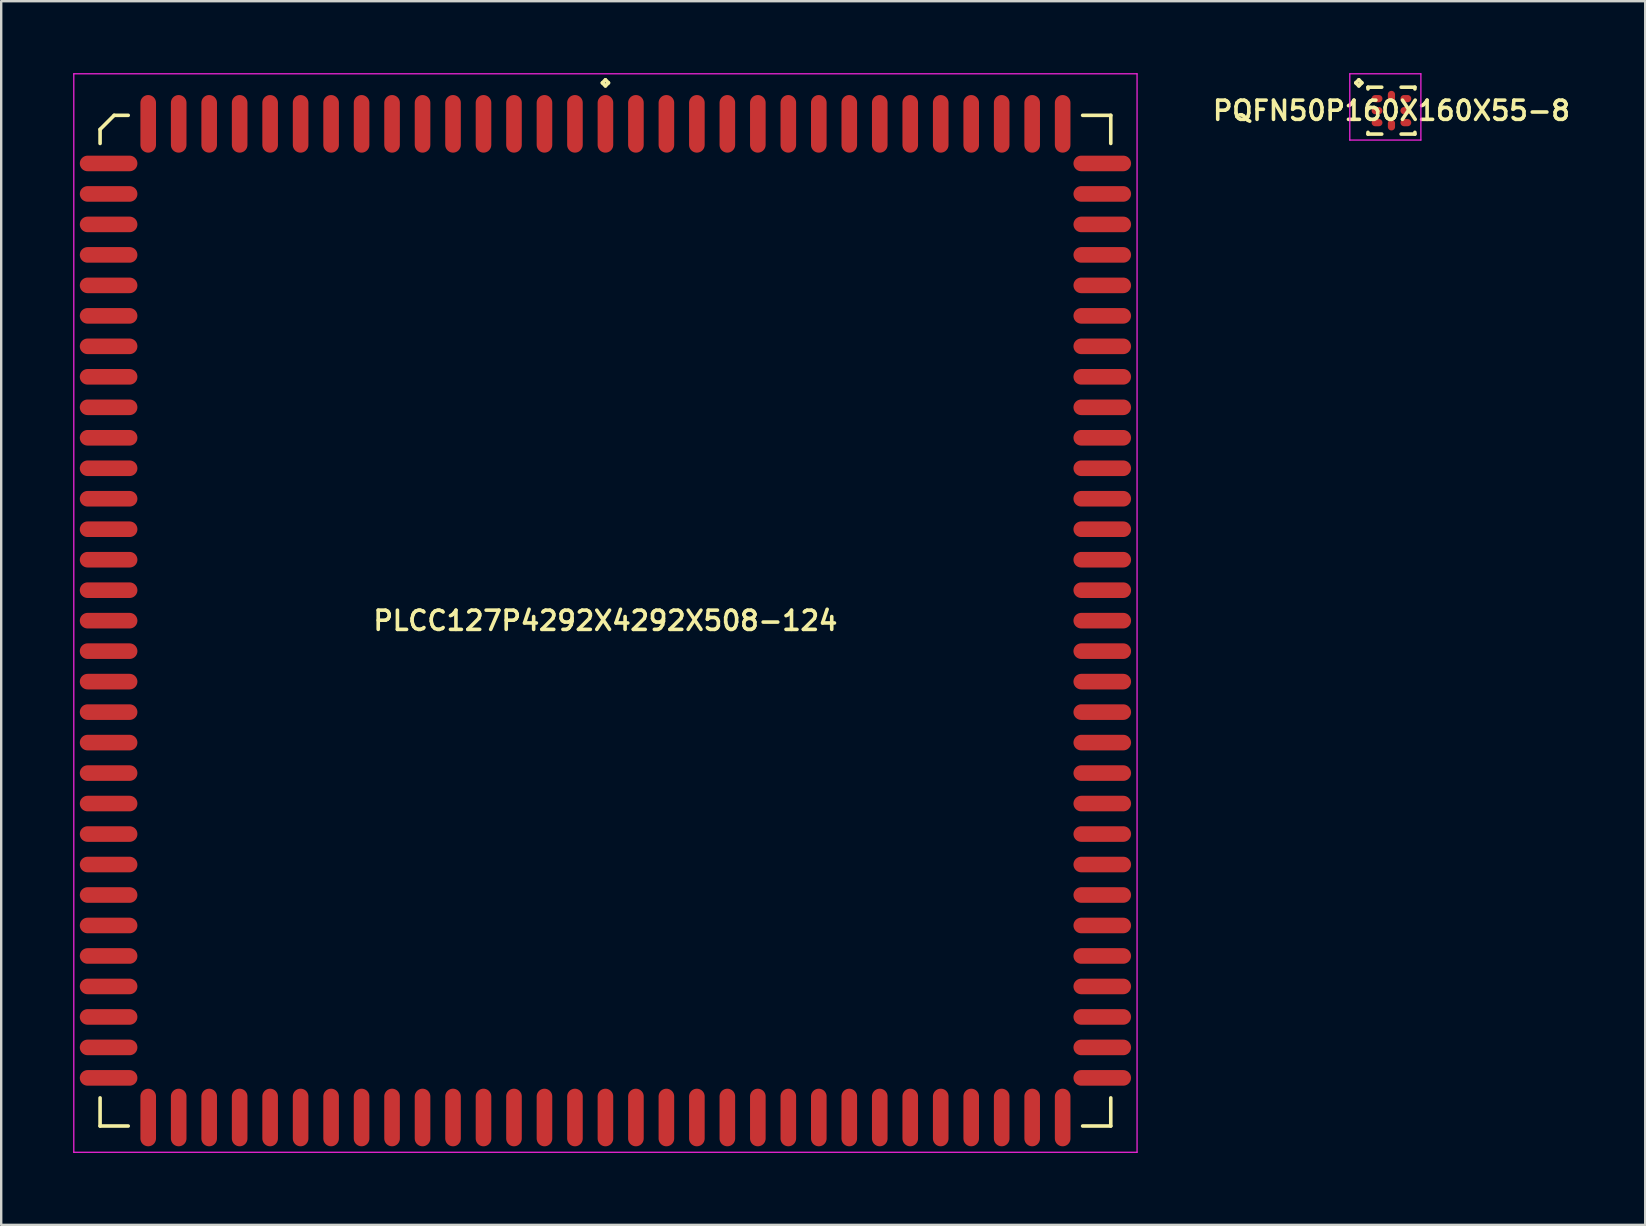
<source format=kicad_pcb>
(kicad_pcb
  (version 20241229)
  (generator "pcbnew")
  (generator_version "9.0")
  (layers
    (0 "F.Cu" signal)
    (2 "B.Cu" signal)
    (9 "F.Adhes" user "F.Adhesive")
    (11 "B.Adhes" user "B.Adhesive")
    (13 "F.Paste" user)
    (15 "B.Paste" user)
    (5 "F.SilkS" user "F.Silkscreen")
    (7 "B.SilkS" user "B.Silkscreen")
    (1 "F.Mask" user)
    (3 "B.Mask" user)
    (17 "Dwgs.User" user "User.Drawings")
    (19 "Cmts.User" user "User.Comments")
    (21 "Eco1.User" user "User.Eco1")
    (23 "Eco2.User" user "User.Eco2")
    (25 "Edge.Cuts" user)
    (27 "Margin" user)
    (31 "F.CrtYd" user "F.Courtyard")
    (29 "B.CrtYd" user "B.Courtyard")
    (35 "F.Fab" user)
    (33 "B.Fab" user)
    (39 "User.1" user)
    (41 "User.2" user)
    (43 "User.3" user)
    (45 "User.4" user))
  (footprint "PLCC127P4292X4292X508-124"
    (layer "F.Cu")
    (at 22.175 22.81)
    (property "Reference" "PLCC127P4292X4292X508-124" (at 0 0 0) (layer "F.SilkS") (effects (font (size 0.8 0.8) (thickness 0.15))))
    (attr smd)
    (fp_line (start -21.055 -20.469) (end -20.469 -21.055) (stroke (width 0.15) (type solid)) (layer "F.SilkS"))
    (fp_line (start -21.055 -19.883) (end -21.055 -20.469) (stroke (width 0.15) (type solid)) (layer "F.SilkS"))
    (fp_line (start -21.055 19.883) (end -21.055 21.055) (stroke (width 0.15) (type solid)) (layer "F.SilkS"))
    (fp_line (start -21.055 21.055) (end -19.883 21.055) (stroke (width 0.15) (type solid)) (layer "F.SilkS"))
    (fp_line (start -20.469 -21.055) (end -19.883 -21.055) (stroke (width 0.15) (type solid)) (layer "F.SilkS"))
    (fp_line (start -0.127 -22.408) (end 0 -22.535) (stroke (width 0.15) (type solid)) (layer "F.SilkS"))
    (fp_line (start 0 -22.535) (end 0.127 -22.408) (stroke (width 0.15) (type solid)) (layer "F.SilkS"))
    (fp_line (start 0 -22.281) (end -0.127 -22.408) (stroke (width 0.15) (type solid)) (layer "F.SilkS"))
    (fp_line (start 0.127 -22.408) (end 0 -22.281) (stroke (width 0.15) (type solid)) (layer "F.SilkS"))
    (fp_line (start 21.055 -21.055) (end 19.883 -21.055) (stroke (width 0.15) (type solid)) (layer "F.SilkS"))
    (fp_line (start 21.055 -19.883) (end 21.055 -21.055) (stroke (width 0.15) (type solid)) (layer "F.SilkS"))
    (fp_line (start 21.055 19.883) (end 21.055 21.055) (stroke (width 0.15) (type solid)) (layer "F.SilkS"))
    (fp_line (start 21.055 21.055) (end 19.883 21.055) (stroke (width 0.15) (type solid)) (layer "F.SilkS"))
    (fp_line (start -22.15 -22.785) (end 22.15 -22.785) (stroke (width 0.05) (type solid)) (layer "F.CrtYd"))
    (fp_line (start -22.15 22.15) (end -22.15 -22.785) (stroke (width 0.05) (type solid)) (layer "F.CrtYd"))
    (fp_line (start 22.15 -22.785) (end 22.15 22.15) (stroke (width 0.05) (type solid)) (layer "F.CrtYd"))
    (fp_line (start 22.15 22.15) (end -22.15 22.15) (stroke (width 0.05) (type solid)) (layer "F.CrtYd"))
    (pad "1" smd oval (at 0 -20.7) (size 0.65 2.4) (layers "F.Cu" "F.Mask" "F.Paste"))
    (pad "2" smd oval (at -1.27 -20.7) (size 0.65 2.4) (layers "F.Cu" "F.Mask" "F.Paste"))
    (pad "3" smd oval (at -2.54 -20.7) (size 0.65 2.4) (layers "F.Cu" "F.Mask" "F.Paste"))
    (pad "4" smd oval (at -3.81 -20.7) (size 0.65 2.4) (layers "F.Cu" "F.Mask" "F.Paste"))
    (pad "5" smd oval (at -5.08 -20.7) (size 0.65 2.4) (layers "F.Cu" "F.Mask" "F.Paste"))
    (pad "6" smd oval (at -6.35 -20.7) (size 0.65 2.4) (layers "F.Cu" "F.Mask" "F.Paste"))
    (pad "7" smd oval (at -7.62 -20.7) (size 0.65 2.4) (layers "F.Cu" "F.Mask" "F.Paste"))
    (pad "8" smd oval (at -8.89 -20.7) (size 0.65 2.4) (layers "F.Cu" "F.Mask" "F.Paste"))
    (pad "9" smd oval (at -10.16 -20.7) (size 0.65 2.4) (layers "F.Cu" "F.Mask" "F.Paste"))
    (pad "10" smd oval (at -11.43 -20.7) (size 0.65 2.4) (layers "F.Cu" "F.Mask" "F.Paste"))
    (pad "11" smd oval (at -12.7 -20.7) (size 0.65 2.4) (layers "F.Cu" "F.Mask" "F.Paste"))
    (pad "12" smd oval (at -13.97 -20.7) (size 0.65 2.4) (layers "F.Cu" "F.Mask" "F.Paste"))
    (pad "13" smd oval (at -15.24 -20.7) (size 0.65 2.4) (layers "F.Cu" "F.Mask" "F.Paste"))
    (pad "14" smd oval (at -16.51 -20.7) (size 0.65 2.4) (layers "F.Cu" "F.Mask" "F.Paste"))
    (pad "15" smd oval (at -17.78 -20.7) (size 0.65 2.4) (layers "F.Cu" "F.Mask" "F.Paste"))
    (pad "16" smd oval (at -19.05 -20.7) (size 0.65 2.4) (layers "F.Cu" "F.Mask" "F.Paste"))
    (pad "17" smd oval (at -20.7 -19.05) (size 2.4 0.65) (layers "F.Cu" "F.Mask" "F.Paste"))
    (pad "18" smd oval (at -20.7 -17.78) (size 2.4 0.65) (layers "F.Cu" "F.Mask" "F.Paste"))
    (pad "19" smd oval (at -20.7 -16.51) (size 2.4 0.65) (layers "F.Cu" "F.Mask" "F.Paste"))
    (pad "20" smd oval (at -20.7 -15.24) (size 2.4 0.65) (layers "F.Cu" "F.Mask" "F.Paste"))
    (pad "21" smd oval (at -20.7 -13.97) (size 2.4 0.65) (layers "F.Cu" "F.Mask" "F.Paste"))
    (pad "22" smd oval (at -20.7 -12.7) (size 2.4 0.65) (layers "F.Cu" "F.Mask" "F.Paste"))
    (pad "23" smd oval (at -20.7 -11.43) (size 2.4 0.65) (layers "F.Cu" "F.Mask" "F.Paste"))
    (pad "24" smd oval (at -20.7 -10.16) (size 2.4 0.65) (layers "F.Cu" "F.Mask" "F.Paste"))
    (pad "25" smd oval (at -20.7 -8.89) (size 2.4 0.65) (layers "F.Cu" "F.Mask" "F.Paste"))
    (pad "26" smd oval (at -20.7 -7.62) (size 2.4 0.65) (layers "F.Cu" "F.Mask" "F.Paste"))
    (pad "27" smd oval (at -20.7 -6.35) (size 2.4 0.65) (layers "F.Cu" "F.Mask" "F.Paste"))
    (pad "28" smd oval (at -20.7 -5.08) (size 2.4 0.65) (layers "F.Cu" "F.Mask" "F.Paste"))
    (pad "29" smd oval (at -20.7 -3.81) (size 2.4 0.65) (layers "F.Cu" "F.Mask" "F.Paste"))
    (pad "30" smd oval (at -20.7 -2.54) (size 2.4 0.65) (layers "F.Cu" "F.Mask" "F.Paste"))
    (pad "31" smd oval (at -20.7 -1.27) (size 2.4 0.65) (layers "F.Cu" "F.Mask" "F.Paste"))
    (pad "32" smd oval (at -20.7 0) (size 2.4 0.65) (layers "F.Cu" "F.Mask" "F.Paste"))
    (pad "33" smd oval (at -20.7 1.27) (size 2.4 0.65) (layers "F.Cu" "F.Mask" "F.Paste"))
    (pad "34" smd oval (at -20.7 2.54) (size 2.4 0.65) (layers "F.Cu" "F.Mask" "F.Paste"))
    (pad "35" smd oval (at -20.7 3.81) (size 2.4 0.65) (layers "F.Cu" "F.Mask" "F.Paste"))
    (pad "36" smd oval (at -20.7 5.08) (size 2.4 0.65) (layers "F.Cu" "F.Mask" "F.Paste"))
    (pad "37" smd oval (at -20.7 6.35) (size 2.4 0.65) (layers "F.Cu" "F.Mask" "F.Paste"))
    (pad "38" smd oval (at -20.7 7.62) (size 2.4 0.65) (layers "F.Cu" "F.Mask" "F.Paste"))
    (pad "39" smd oval (at -20.7 8.89) (size 2.4 0.65) (layers "F.Cu" "F.Mask" "F.Paste"))
    (pad "40" smd oval (at -20.7 10.16) (size 2.4 0.65) (layers "F.Cu" "F.Mask" "F.Paste"))
    (pad "41" smd oval (at -20.7 11.43) (size 2.4 0.65) (layers "F.Cu" "F.Mask" "F.Paste"))
    (pad "42" smd oval (at -20.7 12.7) (size 2.4 0.65) (layers "F.Cu" "F.Mask" "F.Paste"))
    (pad "43" smd oval (at -20.7 13.97) (size 2.4 0.65) (layers "F.Cu" "F.Mask" "F.Paste"))
    (pad "44" smd oval (at -20.7 15.24) (size 2.4 0.65) (layers "F.Cu" "F.Mask" "F.Paste"))
    (pad "45" smd oval (at -20.7 16.51) (size 2.4 0.65) (layers "F.Cu" "F.Mask" "F.Paste"))
    (pad "46" smd oval (at -20.7 17.78) (size 2.4 0.65) (layers "F.Cu" "F.Mask" "F.Paste"))
    (pad "47" smd oval (at -20.7 19.05) (size 2.4 0.65) (layers "F.Cu" "F.Mask" "F.Paste"))
    (pad "48" smd oval (at -19.05 20.7) (size 0.65 2.4) (layers "F.Cu" "F.Mask" "F.Paste"))
    (pad "49" smd oval (at -17.78 20.7) (size 0.65 2.4) (layers "F.Cu" "F.Mask" "F.Paste"))
    (pad "50" smd oval (at -16.51 20.7) (size 0.65 2.4) (layers "F.Cu" "F.Mask" "F.Paste"))
    (pad "51" smd oval (at -15.24 20.7) (size 0.65 2.4) (layers "F.Cu" "F.Mask" "F.Paste"))
    (pad "52" smd oval (at -13.97 20.7) (size 0.65 2.4) (layers "F.Cu" "F.Mask" "F.Paste"))
    (pad "53" smd oval (at -12.7 20.7) (size 0.65 2.4) (layers "F.Cu" "F.Mask" "F.Paste"))
    (pad "54" smd oval (at -11.43 20.7) (size 0.65 2.4) (layers "F.Cu" "F.Mask" "F.Paste"))
    (pad "55" smd oval (at -10.16 20.7) (size 0.65 2.4) (layers "F.Cu" "F.Mask" "F.Paste"))
    (pad "56" smd oval (at -8.89 20.7) (size 0.65 2.4) (layers "F.Cu" "F.Mask" "F.Paste"))
    (pad "57" smd oval (at -7.62 20.7) (size 0.65 2.4) (layers "F.Cu" "F.Mask" "F.Paste"))
    (pad "58" smd oval (at -6.35 20.7) (size 0.65 2.4) (layers "F.Cu" "F.Mask" "F.Paste"))
    (pad "59" smd oval (at -5.08 20.7) (size 0.65 2.4) (layers "F.Cu" "F.Mask" "F.Paste"))
    (pad "60" smd oval (at -3.81 20.7) (size 0.65 2.4) (layers "F.Cu" "F.Mask" "F.Paste"))
    (pad "61" smd oval (at -2.54 20.7) (size 0.65 2.4) (layers "F.Cu" "F.Mask" "F.Paste"))
    (pad "62" smd oval (at -1.27 20.7) (size 0.65 2.4) (layers "F.Cu" "F.Mask" "F.Paste"))
    (pad "63" smd oval (at 0 20.7) (size 0.65 2.4) (layers "F.Cu" "F.Mask" "F.Paste"))
    (pad "64" smd oval (at 1.27 20.7) (size 0.65 2.4) (layers "F.Cu" "F.Mask" "F.Paste"))
    (pad "65" smd oval (at 2.54 20.7) (size 0.65 2.4) (layers "F.Cu" "F.Mask" "F.Paste"))
    (pad "66" smd oval (at 3.81 20.7) (size 0.65 2.4) (layers "F.Cu" "F.Mask" "F.Paste"))
    (pad "67" smd oval (at 5.08 20.7) (size 0.65 2.4) (layers "F.Cu" "F.Mask" "F.Paste"))
    (pad "68" smd oval (at 6.35 20.7) (size 0.65 2.4) (layers "F.Cu" "F.Mask" "F.Paste"))
    (pad "69" smd oval (at 7.62 20.7) (size 0.65 2.4) (layers "F.Cu" "F.Mask" "F.Paste"))
    (pad "70" smd oval (at 8.89 20.7) (size 0.65 2.4) (layers "F.Cu" "F.Mask" "F.Paste"))
    (pad "71" smd oval (at 10.16 20.7) (size 0.65 2.4) (layers "F.Cu" "F.Mask" "F.Paste"))
    (pad "72" smd oval (at 11.43 20.7) (size 0.65 2.4) (layers "F.Cu" "F.Mask" "F.Paste"))
    (pad "73" smd oval (at 12.7 20.7) (size 0.65 2.4) (layers "F.Cu" "F.Mask" "F.Paste"))
    (pad "74" smd oval (at 13.97 20.7) (size 0.65 2.4) (layers "F.Cu" "F.Mask" "F.Paste"))
    (pad "75" smd oval (at 15.24 20.7) (size 0.65 2.4) (layers "F.Cu" "F.Mask" "F.Paste"))
    (pad "76" smd oval (at 16.51 20.7) (size 0.65 2.4) (layers "F.Cu" "F.Mask" "F.Paste"))
    (pad "77" smd oval (at 17.78 20.7) (size 0.65 2.4) (layers "F.Cu" "F.Mask" "F.Paste"))
    (pad "78" smd oval (at 19.05 20.7) (size 0.65 2.4) (layers "F.Cu" "F.Mask" "F.Paste"))
    (pad "79" smd oval (at 20.7 19.05) (size 2.4 0.65) (layers "F.Cu" "F.Mask" "F.Paste"))
    (pad "80" smd oval (at 20.7 17.78) (size 2.4 0.65) (layers "F.Cu" "F.Mask" "F.Paste"))
    (pad "81" smd oval (at 20.7 16.51) (size 2.4 0.65) (layers "F.Cu" "F.Mask" "F.Paste"))
    (pad "82" smd oval (at 20.7 15.24) (size 2.4 0.65) (layers "F.Cu" "F.Mask" "F.Paste"))
    (pad "83" smd oval (at 20.7 13.97) (size 2.4 0.65) (layers "F.Cu" "F.Mask" "F.Paste"))
    (pad "84" smd oval (at 20.7 12.7) (size 2.4 0.65) (layers "F.Cu" "F.Mask" "F.Paste"))
    (pad "85" smd oval (at 20.7 11.43) (size 2.4 0.65) (layers "F.Cu" "F.Mask" "F.Paste"))
    (pad "86" smd oval (at 20.7 10.16) (size 2.4 0.65) (layers "F.Cu" "F.Mask" "F.Paste"))
    (pad "87" smd oval (at 20.7 8.89) (size 2.4 0.65) (layers "F.Cu" "F.Mask" "F.Paste"))
    (pad "88" smd oval (at 20.7 7.62) (size 2.4 0.65) (layers "F.Cu" "F.Mask" "F.Paste"))
    (pad "89" smd oval (at 20.7 6.35) (size 2.4 0.65) (layers "F.Cu" "F.Mask" "F.Paste"))
    (pad "90" smd oval (at 20.7 5.08) (size 2.4 0.65) (layers "F.Cu" "F.Mask" "F.Paste"))
    (pad "91" smd oval (at 20.7 3.81) (size 2.4 0.65) (layers "F.Cu" "F.Mask" "F.Paste"))
    (pad "92" smd oval (at 20.7 2.54) (size 2.4 0.65) (layers "F.Cu" "F.Mask" "F.Paste"))
    (pad "93" smd oval (at 20.7 1.27) (size 2.4 0.65) (layers "F.Cu" "F.Mask" "F.Paste"))
    (pad "94" smd oval (at 20.7 0) (size 2.4 0.65) (layers "F.Cu" "F.Mask" "F.Paste"))
    (pad "95" smd oval (at 20.7 -1.27) (size 2.4 0.65) (layers "F.Cu" "F.Mask" "F.Paste"))
    (pad "96" smd oval (at 20.7 -2.54) (size 2.4 0.65) (layers "F.Cu" "F.Mask" "F.Paste"))
    (pad "97" smd oval (at 20.7 -3.81) (size 2.4 0.65) (layers "F.Cu" "F.Mask" "F.Paste"))
    (pad "98" smd oval (at 20.7 -5.08) (size 2.4 0.65) (layers "F.Cu" "F.Mask" "F.Paste"))
    (pad "99" smd oval (at 20.7 -6.35) (size 2.4 0.65) (layers "F.Cu" "F.Mask" "F.Paste"))
    (pad "100" smd oval (at 20.7 -7.62) (size 2.4 0.65) (layers "F.Cu" "F.Mask" "F.Paste"))
    (pad "101" smd oval (at 20.7 -8.89) (size 2.4 0.65) (layers "F.Cu" "F.Mask" "F.Paste"))
    (pad "102" smd oval (at 20.7 -10.16) (size 2.4 0.65) (layers "F.Cu" "F.Mask" "F.Paste"))
    (pad "103" smd oval (at 20.7 -11.43) (size 2.4 0.65) (layers "F.Cu" "F.Mask" "F.Paste"))
    (pad "104" smd oval (at 20.7 -12.7) (size 2.4 0.65) (layers "F.Cu" "F.Mask" "F.Paste"))
    (pad "105" smd oval (at 20.7 -13.97) (size 2.4 0.65) (layers "F.Cu" "F.Mask" "F.Paste"))
    (pad "106" smd oval (at 20.7 -15.24) (size 2.4 0.65) (layers "F.Cu" "F.Mask" "F.Paste"))
    (pad "107" smd oval (at 20.7 -16.51) (size 2.4 0.65) (layers "F.Cu" "F.Mask" "F.Paste"))
    (pad "108" smd oval (at 20.7 -17.78) (size 2.4 0.65) (layers "F.Cu" "F.Mask" "F.Paste"))
    (pad "109" smd oval (at 20.7 -19.05) (size 2.4 0.65) (layers "F.Cu" "F.Mask" "F.Paste"))
    (pad "110" smd oval (at 19.05 -20.7) (size 0.65 2.4) (layers "F.Cu" "F.Mask" "F.Paste"))
    (pad "111" smd oval (at 17.78 -20.7) (size 0.65 2.4) (layers "F.Cu" "F.Mask" "F.Paste"))
    (pad "112" smd oval (at 16.51 -20.7) (size 0.65 2.4) (layers "F.Cu" "F.Mask" "F.Paste"))
    (pad "113" smd oval (at 15.24 -20.7) (size 0.65 2.4) (layers "F.Cu" "F.Mask" "F.Paste"))
    (pad "114" smd oval (at 13.97 -20.7) (size 0.65 2.4) (layers "F.Cu" "F.Mask" "F.Paste"))
    (pad "115" smd oval (at 12.7 -20.7) (size 0.65 2.4) (layers "F.Cu" "F.Mask" "F.Paste"))
    (pad "116" smd oval (at 11.43 -20.7) (size 0.65 2.4) (layers "F.Cu" "F.Mask" "F.Paste"))
    (pad "117" smd oval (at 10.16 -20.7) (size 0.65 2.4) (layers "F.Cu" "F.Mask" "F.Paste"))
    (pad "118" smd oval (at 8.89 -20.7) (size 0.65 2.4) (layers "F.Cu" "F.Mask" "F.Paste"))
    (pad "119" smd oval (at 7.62 -20.7) (size 0.65 2.4) (layers "F.Cu" "F.Mask" "F.Paste"))
    (pad "120" smd oval (at 6.35 -20.7) (size 0.65 2.4) (layers "F.Cu" "F.Mask" "F.Paste"))
    (pad "121" smd oval (at 5.08 -20.7) (size 0.65 2.4) (layers "F.Cu" "F.Mask" "F.Paste"))
    (pad "122" smd oval (at 3.81 -20.7) (size 0.65 2.4) (layers "F.Cu" "F.Mask" "F.Paste"))
    (pad "123" smd oval (at 2.54 -20.7) (size 0.65 2.4) (layers "F.Cu" "F.Mask" "F.Paste"))
    (pad "124" smd oval (at 1.27 -20.7) (size 0.65 2.4) (layers "F.Cu" "F.Mask" "F.Paste")))
  (footprint "PQFN50P160X160X55-8"
    (layer "F.Cu")
    (at 54.924 1.56)
    (property "Reference" "PQFN50P160X160X55-8" (at 0 0 0) (layer "F.SilkS") (effects (font (size 0.8 0.8) (thickness 0.15))))
    (attr smd)
    (fp_line (start -1.485 -1.158) (end -1.358 -1.285) (stroke (width 0.15) (type solid)) (layer "F.SilkS"))
    (fp_line (start -1.358 -1.285) (end -1.231 -1.158) (stroke (width 0.15) (type solid)) (layer "F.SilkS"))
    (fp_line (start -1.358 -1.031) (end -1.485 -1.158) (stroke (width 0.15) (type solid)) (layer "F.SilkS"))
    (fp_line (start -1.231 -1.158) (end -1.358 -1.031) (stroke (width 0.15) (type solid)) (layer "F.SilkS"))
    (fp_line (start -0.977 -0.977) (end -0.404 -0.977) (stroke (width 0.15) (type solid)) (layer "F.SilkS"))
    (fp_line (start -0.977 -0.904) (end -0.977 -0.977) (stroke (width 0.15) (type solid)) (layer "F.SilkS"))
    (fp_line (start -0.977 0.904) (end -0.977 0.977) (stroke (width 0.15) (type solid)) (layer "F.SilkS"))
    (fp_line (start -0.977 0.977) (end -0.404 0.977) (stroke (width 0.15) (type solid)) (layer "F.SilkS"))
    (fp_line (start 0.404 -0.977) (end 0.977 -0.977) (stroke (width 0.15) (type solid)) (layer "F.SilkS"))
    (fp_line (start 0.404 0.977) (end 0.977 0.977) (stroke (width 0.15) (type solid)) (layer "F.SilkS"))
    (fp_line (start 0.977 -0.977) (end 0.977 -0.904) (stroke (width 0.15) (type solid)) (layer "F.SilkS"))
    (fp_line (start 0.977 0.977) (end 0.977 0.904) (stroke (width 0.15) (type solid)) (layer "F.SilkS"))
    (fp_line (start -1.735 -1.535) (end 1.227 -1.535) (stroke (width 0.05) (type solid)) (layer "F.CrtYd"))
    (fp_line (start -1.735 1.227) (end -1.735 -1.535) (stroke (width 0.05) (type solid)) (layer "F.CrtYd"))
    (fp_line (start 1.227 -1.535) (end 1.227 1.227) (stroke (width 0.05) (type solid)) (layer "F.CrtYd"))
    (fp_line (start 1.227 1.227) (end -1.735 1.227) (stroke (width 0.05) (type solid)) (layer "F.CrtYd"))
    (pad "1" smd oval (at -0.6 -0.5) (size 0.45 0.3) (layers "F.Cu" "F.Mask" "F.Paste"))
    (pad "2" smd oval (at -0.6 0) (size 0.45 0.3) (layers "F.Cu" "F.Mask" "F.Paste"))
    (pad "3" smd oval (at -0.6 0.5) (size 0.45 0.3) (layers "F.Cu" "F.Mask" "F.Paste"))
    (pad "4" smd oval (at 0 0.6) (size 0.3 0.45) (layers "F.Cu" "F.Mask" "F.Paste"))
    (pad "5" smd oval (at 0.6 0.5) (size 0.45 0.3) (layers "F.Cu" "F.Mask" "F.Paste"))
    (pad "6" smd oval (at 0.6 0) (size 0.45 0.3) (layers "F.Cu" "F.Mask" "F.Paste"))
    (pad "7" smd oval (at 0.6 -0.5) (size 0.45 0.3) (layers "F.Cu" "F.Mask" "F.Paste"))
    (pad "8" smd oval (at 0 -0.6) (size 0.3 0.45) (layers "F.Cu" "F.Mask" "F.Paste")))
  (gr_rect
    (start -3 -3)
    (end 65.497 47.985)
    (stroke (width 0.1) (type default))
    (fill no)
    (layer "Edge.Cuts")))
</source>
